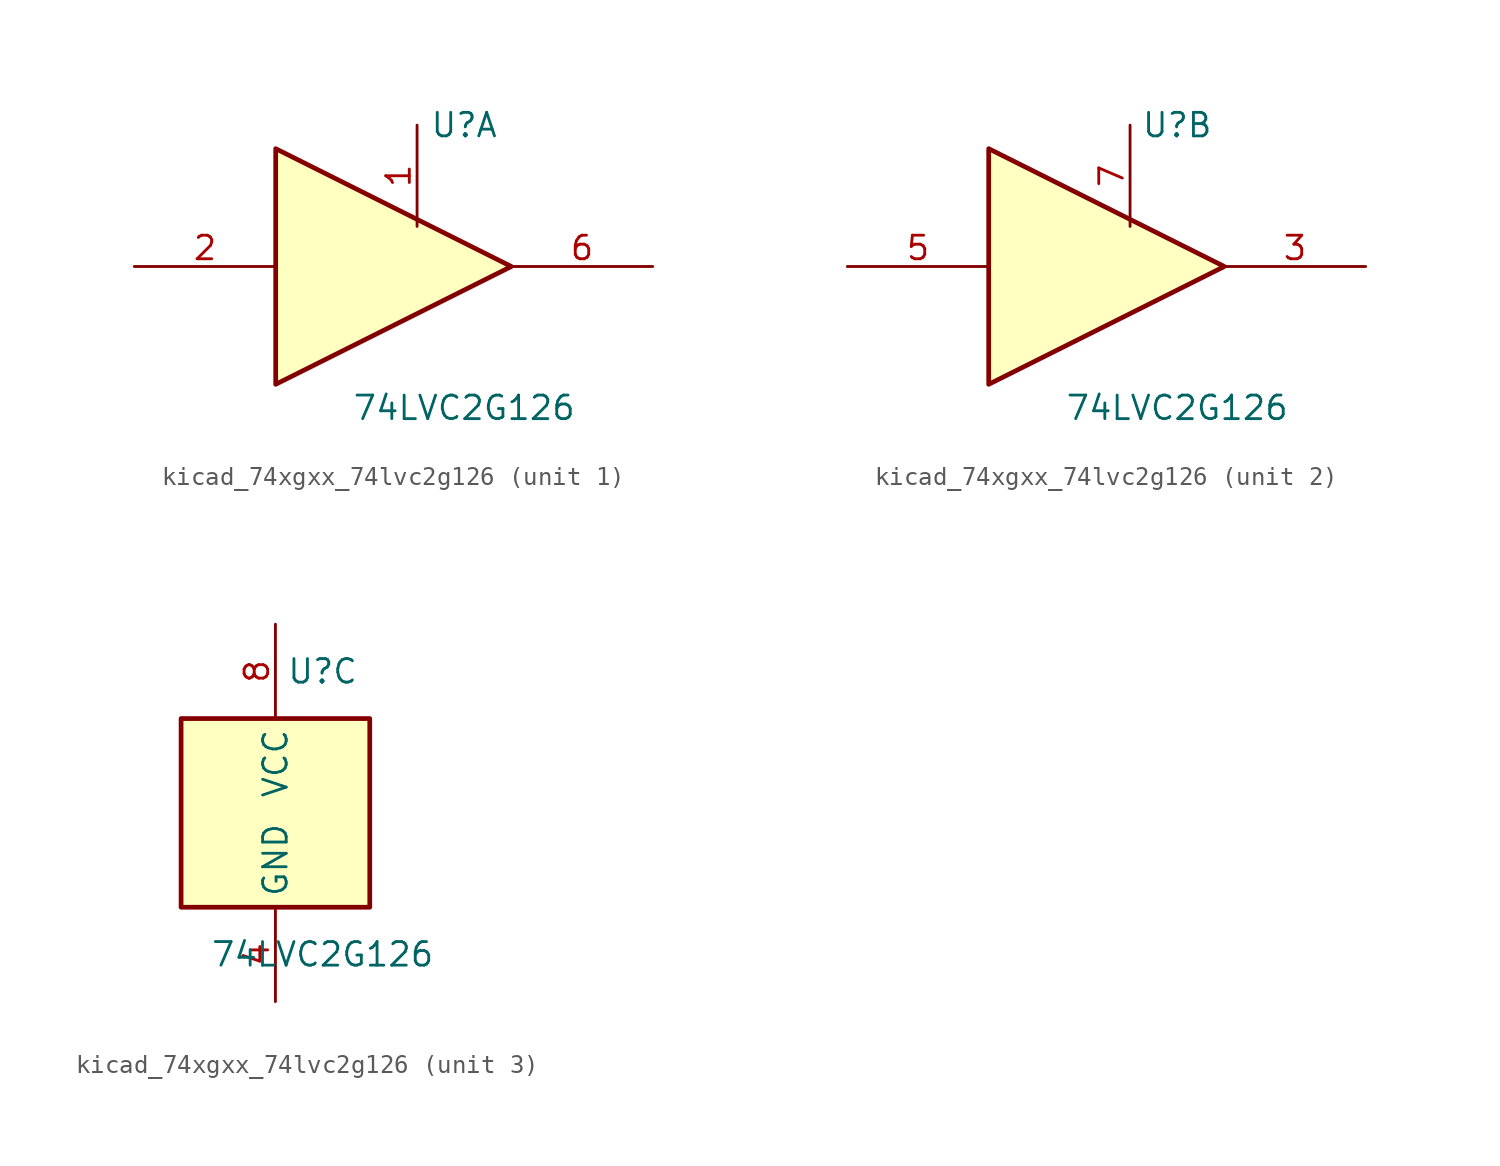
<source format=kicad_sym>
(kicad_symbol_lib
  (version 20220914)
  (generator kicad_symbol_editor)
  (symbol "kicad_74xgxx_74lvc2g126"
    (property "Reference" "U"
      (at 2.54 7.62 0)
      (effects (font (size 1.27 1.27))))
    (property "Value" "74LVC2G126"
      (at 2.54 -7.62 0)
      (effects (font (size 1.27 1.27))))
    (symbol "kicad_74xgxx_74lvc2g126_1_1"
      (polyline (pts (xy -7.62 6.35) (xy -7.62 -6.35) (xy 5.08 0) (xy -7.62 6.35)) (stroke (width 0.254) (type default)) (fill (type background)))
      (pin input line (at 0 7.62 270) (length 5.46) (name "~" (effects (font (size 1.27 1.27)))) (number "1" (effects (font (size 1.27 1.27)))))
      (pin input line (at -15.24 0 0) (length 7.62) (name "~" (effects (font (size 1.27 1.27)))) (number "2" (effects (font (size 1.27 1.27)))))
      (pin tri_state line (at 12.7 0 180) (length 7.62) (name "~" (effects (font (size 1.27 1.27)))) (number "6" (effects (font (size 1.27 1.27))))))
    (symbol "kicad_74xgxx_74lvc2g126_2_1"
      (polyline (pts (xy -7.62 6.35) (xy -7.62 -6.35) (xy 5.08 0) (xy -7.62 6.35)) (stroke (width 0.254) (type default)) (fill (type background)))
      (pin tri_state line (at 12.7 0 180) (length 7.62) (name "~" (effects (font (size 1.27 1.27)))) (number "3" (effects (font (size 1.27 1.27)))))
      (pin input line (at -15.24 0 0) (length 7.62) (name "~" (effects (font (size 1.27 1.27)))) (number "5" (effects (font (size 1.27 1.27)))))
      (pin input line (at 0 7.62 270) (length 5.46) (name "~" (effects (font (size 1.27 1.27)))) (number "7" (effects (font (size 1.27 1.27))))))
    (symbol "kicad_74xgxx_74lvc2g126_3_0"
      (rectangle (start -5.08 -5.08) (end 5.08 5.08) (stroke (width 0.254) (type default)) (fill (type background))))
    (symbol "kicad_74xgxx_74lvc2g126_3_1"
      (pin power_in line (at 0 -10.16 90) (length 5.08) (name "GND" (effects (font (size 1.27 1.27)))) (number "4" (effects (font (size 1.27 1.27)))))
      (pin power_in line (at 0 10.16 270) (length 5.08) (name "VCC" (effects (font (size 1.27 1.27)))) (number "8" (effects (font (size 1.27 1.27))))))))
</source>
